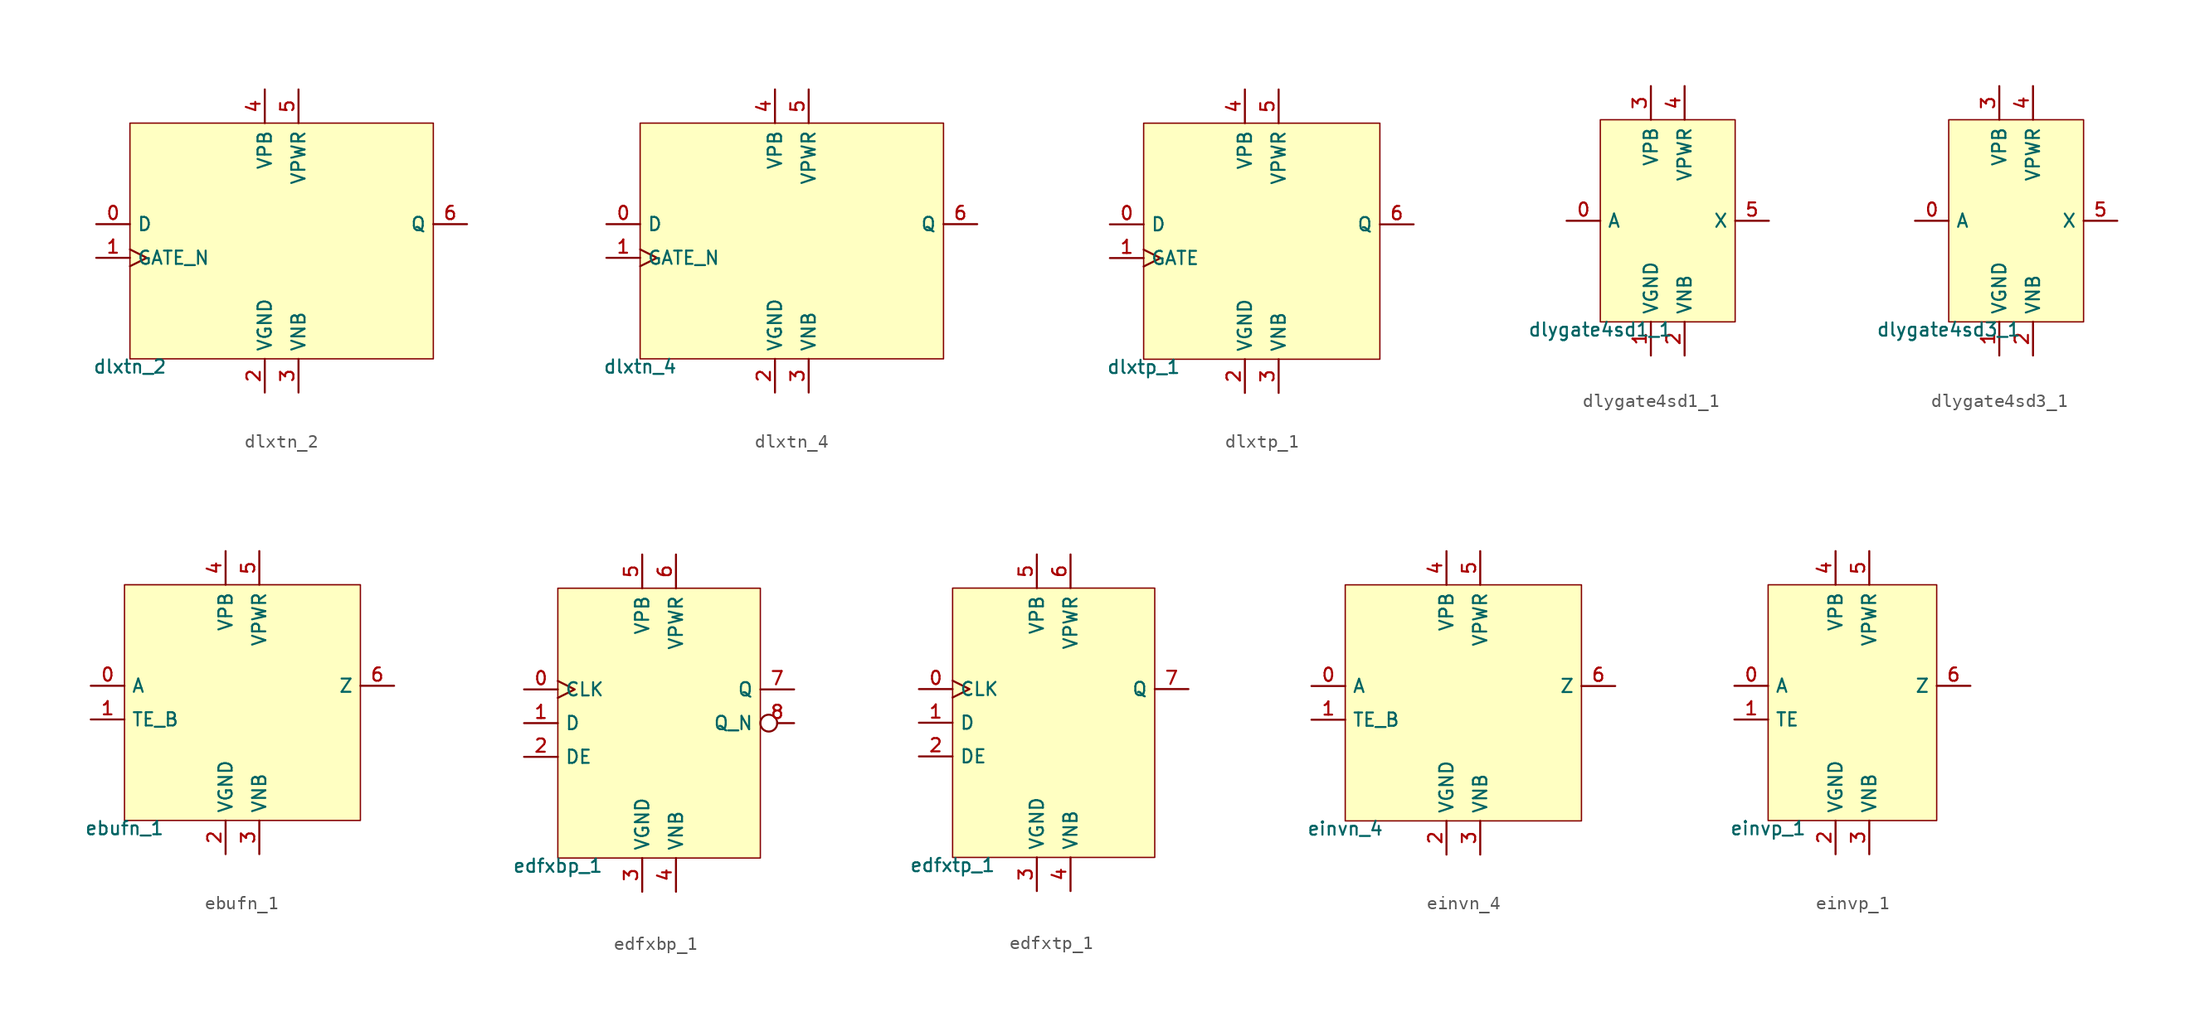
<source format=kicad_sym>
(kicad_symbol_lib
  (version 20211014)
  (generator lef2kicad_sym)
  (symbol "dlxtn_2"
    (property "Reference" "CELL"
      (at 0 0 0)
      (effects (font (size 1 1)) hide))
    (property "Value" "dlxtn_2"
      (at -11.43 -8.89 0)
      (effects (font (size 1 1)) (justify top)))
    (rectangle
      (start -11.43 -8.89)
      (end 11.43 8.89)
      (stroke (width 0.1) (type solid) (color 0 0 0 0))
      (fill (type background)))
    (pin input line
      (at -13.97 1.27 0)
      (length 2.54)
      (name "D" (effects (font (size 1 1)) hide))
      (number "0" (effects (font (size 1 1)) hide)))
    (pin input clock
      (at -13.97 -1.27 0)
      (length 2.54)
      (name "GATE_N" (effects (font (size 1 1)) hide))
      (number "1" (effects (font (size 1 1)) hide)))
    (pin power_in line
      (at -1.27 -11.43 90)
      (length 2.54)
      (name "VGND" (effects (font (size 1 1)) hide))
      (number "2" (effects (font (size 1 1)) hide)))
    (pin power_in line
      (at 1.27 -11.43 90)
      (length 2.54)
      (name "VNB" (effects (font (size 1 1)) hide))
      (number "3" (effects (font (size 1 1)) hide)))
    (pin power_in line
      (at -1.27 11.43 270)
      (length 2.54)
      (name "VPB" (effects (font (size 1 1)) hide))
      (number "4" (effects (font (size 1 1)) hide)))
    (pin power_in line
      (at 1.27 11.43 270)
      (length 2.54)
      (name "VPWR" (effects (font (size 1 1)) hide))
      (number "5" (effects (font (size 1 1)) hide)))
    (pin output line
      (at 13.97 1.27 180)
      (length 2.54)
      (name "Q" (effects (font (size 1 1)) hide))
      (number "6" (effects (font (size 1 1)) hide))))
  (symbol "dlxtn_4"
    (property "Reference" "CELL"
      (at 0 0 0)
      (effects (font (size 1 1)) hide))
    (property "Value" "dlxtn_4"
      (at -11.43 -8.89 0)
      (effects (font (size 1 1)) (justify top)))
    (rectangle
      (start -11.43 -8.89)
      (end 11.43 8.89)
      (stroke (width 0.1) (type solid) (color 0 0 0 0))
      (fill (type background)))
    (pin input line
      (at -13.97 1.27 0)
      (length 2.54)
      (name "D" (effects (font (size 1 1)) hide))
      (number "0" (effects (font (size 1 1)) hide)))
    (pin input clock
      (at -13.97 -1.27 0)
      (length 2.54)
      (name "GATE_N" (effects (font (size 1 1)) hide))
      (number "1" (effects (font (size 1 1)) hide)))
    (pin power_in line
      (at -1.27 -11.43 90)
      (length 2.54)
      (name "VGND" (effects (font (size 1 1)) hide))
      (number "2" (effects (font (size 1 1)) hide)))
    (pin power_in line
      (at 1.27 -11.43 90)
      (length 2.54)
      (name "VNB" (effects (font (size 1 1)) hide))
      (number "3" (effects (font (size 1 1)) hide)))
    (pin power_in line
      (at -1.27 11.43 270)
      (length 2.54)
      (name "VPB" (effects (font (size 1 1)) hide))
      (number "4" (effects (font (size 1 1)) hide)))
    (pin power_in line
      (at 1.27 11.43 270)
      (length 2.54)
      (name "VPWR" (effects (font (size 1 1)) hide))
      (number "5" (effects (font (size 1 1)) hide)))
    (pin output line
      (at 13.97 1.27 180)
      (length 2.54)
      (name "Q" (effects (font (size 1 1)) hide))
      (number "6" (effects (font (size 1 1)) hide))))
  (symbol "dlxtp_1"
    (property "Reference" "CELL"
      (at 0 0 0)
      (effects (font (size 1 1)) hide))
    (property "Value" "dlxtp_1"
      (at -8.89 -8.89 0)
      (effects (font (size 1 1)) (justify top)))
    (rectangle
      (start -8.89 -8.89)
      (end 8.89 8.89)
      (stroke (width 0.1) (type solid) (color 0 0 0 0))
      (fill (type background)))
    (pin input line
      (at -11.43 1.27 0)
      (length 2.54)
      (name "D" (effects (font (size 1 1)) hide))
      (number "0" (effects (font (size 1 1)) hide)))
    (pin input clock
      (at -11.43 -1.27 0)
      (length 2.54)
      (name "GATE" (effects (font (size 1 1)) hide))
      (number "1" (effects (font (size 1 1)) hide)))
    (pin power_in line
      (at -1.27 -11.43 90)
      (length 2.54)
      (name "VGND" (effects (font (size 1 1)) hide))
      (number "2" (effects (font (size 1 1)) hide)))
    (pin power_in line
      (at 1.27 -11.43 90)
      (length 2.54)
      (name "VNB" (effects (font (size 1 1)) hide))
      (number "3" (effects (font (size 1 1)) hide)))
    (pin power_in line
      (at -1.27 11.43 270)
      (length 2.54)
      (name "VPB" (effects (font (size 1 1)) hide))
      (number "4" (effects (font (size 1 1)) hide)))
    (pin power_in line
      (at 1.27 11.43 270)
      (length 2.54)
      (name "VPWR" (effects (font (size 1 1)) hide))
      (number "5" (effects (font (size 1 1)) hide)))
    (pin output line
      (at 11.43 1.27 180)
      (length 2.54)
      (name "Q" (effects (font (size 1 1)) hide))
      (number "6" (effects (font (size 1 1)) hide))))
  (symbol "dlygate4sd1_1"
    (property "Reference" "CELL"
      (at 0 0 0)
      (effects (font (size 1 1)) hide))
    (property "Value" "dlygate4sd1_1"
      (at -5.08 -7.62 0)
      (effects (font (size 1 1)) (justify top)))
    (rectangle
      (start -5.08 -7.62)
      (end 5.08 7.62)
      (stroke (width 0.1) (type solid) (color 0 0 0 0))
      (fill (type background)))
    (pin input line
      (at -7.62 0.0 0)
      (length 2.54)
      (name "A" (effects (font (size 1 1)) hide))
      (number "0" (effects (font (size 1 1)) hide)))
    (pin power_in line
      (at -1.27 -10.16 90)
      (length 2.54)
      (name "VGND" (effects (font (size 1 1)) hide))
      (number "1" (effects (font (size 1 1)) hide)))
    (pin power_in line
      (at 1.27 -10.16 90)
      (length 2.54)
      (name "VNB" (effects (font (size 1 1)) hide))
      (number "2" (effects (font (size 1 1)) hide)))
    (pin power_in line
      (at -1.27 10.16 270)
      (length 2.54)
      (name "VPB" (effects (font (size 1 1)) hide))
      (number "3" (effects (font (size 1 1)) hide)))
    (pin power_in line
      (at 1.27 10.16 270)
      (length 2.54)
      (name "VPWR" (effects (font (size 1 1)) hide))
      (number "4" (effects (font (size 1 1)) hide)))
    (pin output line
      (at 7.62 0.0 180)
      (length 2.54)
      (name "X" (effects (font (size 1 1)) hide))
      (number "5" (effects (font (size 1 1)) hide))))
  (symbol "dlygate4sd3_1"
    (property "Reference" "CELL"
      (at 0 0 0)
      (effects (font (size 1 1)) hide))
    (property "Value" "dlygate4sd3_1"
      (at -5.08 -7.62 0)
      (effects (font (size 1 1)) (justify top)))
    (rectangle
      (start -5.08 -7.62)
      (end 5.08 7.62)
      (stroke (width 0.1) (type solid) (color 0 0 0 0))
      (fill (type background)))
    (pin input line
      (at -7.62 0.0 0)
      (length 2.54)
      (name "A" (effects (font (size 1 1)) hide))
      (number "0" (effects (font (size 1 1)) hide)))
    (pin power_in line
      (at -1.27 -10.16 90)
      (length 2.54)
      (name "VGND" (effects (font (size 1 1)) hide))
      (number "1" (effects (font (size 1 1)) hide)))
    (pin power_in line
      (at 1.27 -10.16 90)
      (length 2.54)
      (name "VNB" (effects (font (size 1 1)) hide))
      (number "2" (effects (font (size 1 1)) hide)))
    (pin power_in line
      (at -1.27 10.16 270)
      (length 2.54)
      (name "VPB" (effects (font (size 1 1)) hide))
      (number "3" (effects (font (size 1 1)) hide)))
    (pin power_in line
      (at 1.27 10.16 270)
      (length 2.54)
      (name "VPWR" (effects (font (size 1 1)) hide))
      (number "4" (effects (font (size 1 1)) hide)))
    (pin output line
      (at 7.62 0.0 180)
      (length 2.54)
      (name "X" (effects (font (size 1 1)) hide))
      (number "5" (effects (font (size 1 1)) hide))))
  (symbol "ebufn_1"
    (property "Reference" "CELL"
      (at 0 0 0)
      (effects (font (size 1 1)) hide))
    (property "Value" "ebufn_1"
      (at -8.89 -8.89 0)
      (effects (font (size 1 1)) (justify top)))
    (rectangle
      (start -8.89 -8.89)
      (end 8.89 8.89)
      (stroke (width 0.1) (type solid) (color 0 0 0 0))
      (fill (type background)))
    (pin input line
      (at -11.43 1.27 0)
      (length 2.54)
      (name "A" (effects (font (size 1 1)) hide))
      (number "0" (effects (font (size 1 1)) hide)))
    (pin input line
      (at -11.43 -1.27 0)
      (length 2.54)
      (name "TE_B" (effects (font (size 1 1)) hide))
      (number "1" (effects (font (size 1 1)) hide)))
    (pin power_in line
      (at -1.27 -11.43 90)
      (length 2.54)
      (name "VGND" (effects (font (size 1 1)) hide))
      (number "2" (effects (font (size 1 1)) hide)))
    (pin power_in line
      (at 1.27 -11.43 90)
      (length 2.54)
      (name "VNB" (effects (font (size 1 1)) hide))
      (number "3" (effects (font (size 1 1)) hide)))
    (pin power_in line
      (at -1.27 11.43 270)
      (length 2.54)
      (name "VPB" (effects (font (size 1 1)) hide))
      (number "4" (effects (font (size 1 1)) hide)))
    (pin power_in line
      (at 1.27 11.43 270)
      (length 2.54)
      (name "VPWR" (effects (font (size 1 1)) hide))
      (number "5" (effects (font (size 1 1)) hide)))
    (pin output line
      (at 11.43 1.27 180)
      (length 2.54)
      (name "Z" (effects (font (size 1 1)) hide))
      (number "6" (effects (font (size 1 1)) hide))))
  (symbol "edfxbp_1"
    (property "Reference" "CELL"
      (at 0 0 0)
      (effects (font (size 1 1)) hide))
    (property "Value" "edfxbp_1"
      (at -7.62 -10.16 0)
      (effects (font (size 1 1)) (justify top)))
    (rectangle
      (start -7.62 -10.16)
      (end 7.62 10.16)
      (stroke (width 0.1) (type solid) (color 0 0 0 0))
      (fill (type background)))
    (pin input clock
      (at -10.16 2.54 0)
      (length 2.54)
      (name "CLK" (effects (font (size 1 1)) hide))
      (number "0" (effects (font (size 1 1)) hide)))
    (pin input line
      (at -10.16 0.0 0)
      (length 2.54)
      (name "D" (effects (font (size 1 1)) hide))
      (number "1" (effects (font (size 1 1)) hide)))
    (pin input line
      (at -10.16 -2.54 0)
      (length 2.54)
      (name "DE" (effects (font (size 1 1)) hide))
      (number "2" (effects (font (size 1 1)) hide)))
    (pin power_in line
      (at -1.27 -12.7 90)
      (length 2.54)
      (name "VGND" (effects (font (size 1 1)) hide))
      (number "3" (effects (font (size 1 1)) hide)))
    (pin power_in line
      (at 1.27 -12.7 90)
      (length 2.54)
      (name "VNB" (effects (font (size 1 1)) hide))
      (number "4" (effects (font (size 1 1)) hide)))
    (pin power_in line
      (at -1.27 12.7 270)
      (length 2.54)
      (name "VPB" (effects (font (size 1 1)) hide))
      (number "5" (effects (font (size 1 1)) hide)))
    (pin power_in line
      (at 1.27 12.7 270)
      (length 2.54)
      (name "VPWR" (effects (font (size 1 1)) hide))
      (number "6" (effects (font (size 1 1)) hide)))
    (pin output line
      (at 10.16 2.54 180)
      (length 2.54)
      (name "Q" (effects (font (size 1 1)) hide))
      (number "7" (effects (font (size 1 1)) hide)))
    (pin output inverted
      (at 10.16 0.0 180)
      (length 2.54)
      (name "Q_N" (effects (font (size 1 1)) hide))
      (number "8" (effects (font (size 1 1)) hide))))
  (symbol "edfxtp_1"
    (property "Reference" "CELL"
      (at 0 0 0)
      (effects (font (size 1 1)) hide))
    (property "Value" "edfxtp_1"
      (at -7.62 -10.16 0)
      (effects (font (size 1 1)) (justify top)))
    (rectangle
      (start -7.62 -10.16)
      (end 7.62 10.16)
      (stroke (width 0.1) (type solid) (color 0 0 0 0))
      (fill (type background)))
    (pin input clock
      (at -10.16 2.54 0)
      (length 2.54)
      (name "CLK" (effects (font (size 1 1)) hide))
      (number "0" (effects (font (size 1 1)) hide)))
    (pin input line
      (at -10.16 0.0 0)
      (length 2.54)
      (name "D" (effects (font (size 1 1)) hide))
      (number "1" (effects (font (size 1 1)) hide)))
    (pin input line
      (at -10.16 -2.54 0)
      (length 2.54)
      (name "DE" (effects (font (size 1 1)) hide))
      (number "2" (effects (font (size 1 1)) hide)))
    (pin power_in line
      (at -1.27 -12.7 90)
      (length 2.54)
      (name "VGND" (effects (font (size 1 1)) hide))
      (number "3" (effects (font (size 1 1)) hide)))
    (pin power_in line
      (at 1.27 -12.7 90)
      (length 2.54)
      (name "VNB" (effects (font (size 1 1)) hide))
      (number "4" (effects (font (size 1 1)) hide)))
    (pin power_in line
      (at -1.27 12.7 270)
      (length 2.54)
      (name "VPB" (effects (font (size 1 1)) hide))
      (number "5" (effects (font (size 1 1)) hide)))
    (pin power_in line
      (at 1.27 12.7 270)
      (length 2.54)
      (name "VPWR" (effects (font (size 1 1)) hide))
      (number "6" (effects (font (size 1 1)) hide)))
    (pin output line
      (at 10.16 2.54 180)
      (length 2.54)
      (name "Q" (effects (font (size 1 1)) hide))
      (number "7" (effects (font (size 1 1)) hide))))
  (symbol "einvn_4"
    (property "Reference" "CELL"
      (at 0 0 0)
      (effects (font (size 1 1)) hide))
    (property "Value" "einvn_4"
      (at -8.89 -8.89 0)
      (effects (font (size 1 1)) (justify top)))
    (rectangle
      (start -8.89 -8.89)
      (end 8.89 8.89)
      (stroke (width 0.1) (type solid) (color 0 0 0 0))
      (fill (type background)))
    (pin input line
      (at -11.43 1.27 0)
      (length 2.54)
      (name "A" (effects (font (size 1 1)) hide))
      (number "0" (effects (font (size 1 1)) hide)))
    (pin input line
      (at -11.43 -1.27 0)
      (length 2.54)
      (name "TE_B" (effects (font (size 1 1)) hide))
      (number "1" (effects (font (size 1 1)) hide)))
    (pin power_in line
      (at -1.27 -11.43 90)
      (length 2.54)
      (name "VGND" (effects (font (size 1 1)) hide))
      (number "2" (effects (font (size 1 1)) hide)))
    (pin power_in line
      (at 1.27 -11.43 90)
      (length 2.54)
      (name "VNB" (effects (font (size 1 1)) hide))
      (number "3" (effects (font (size 1 1)) hide)))
    (pin power_in line
      (at -1.27 11.43 270)
      (length 2.54)
      (name "VPB" (effects (font (size 1 1)) hide))
      (number "4" (effects (font (size 1 1)) hide)))
    (pin power_in line
      (at 1.27 11.43 270)
      (length 2.54)
      (name "VPWR" (effects (font (size 1 1)) hide))
      (number "5" (effects (font (size 1 1)) hide)))
    (pin output line
      (at 11.43 1.27 180)
      (length 2.54)
      (name "Z" (effects (font (size 1 1)) hide))
      (number "6" (effects (font (size 1 1)) hide))))
  (symbol "einvp_1"
    (property "Reference" "CELL"
      (at 0 0 0)
      (effects (font (size 1 1)) hide))
    (property "Value" "einvp_1"
      (at -6.35 -8.89 0)
      (effects (font (size 1 1)) (justify top)))
    (rectangle
      (start -6.35 -8.89)
      (end 6.35 8.89)
      (stroke (width 0.1) (type solid) (color 0 0 0 0))
      (fill (type background)))
    (pin input line
      (at -8.89 1.27 0)
      (length 2.54)
      (name "A" (effects (font (size 1 1)) hide))
      (number "0" (effects (font (size 1 1)) hide)))
    (pin input line
      (at -8.89 -1.27 0)
      (length 2.54)
      (name "TE" (effects (font (size 1 1)) hide))
      (number "1" (effects (font (size 1 1)) hide)))
    (pin power_in line
      (at -1.27 -11.43 90)
      (length 2.54)
      (name "VGND" (effects (font (size 1 1)) hide))
      (number "2" (effects (font (size 1 1)) hide)))
    (pin power_in line
      (at 1.27 -11.43 90)
      (length 2.54)
      (name "VNB" (effects (font (size 1 1)) hide))
      (number "3" (effects (font (size 1 1)) hide)))
    (pin power_in line
      (at -1.27 11.43 270)
      (length 2.54)
      (name "VPB" (effects (font (size 1 1)) hide))
      (number "4" (effects (font (size 1 1)) hide)))
    (pin power_in line
      (at 1.27 11.43 270)
      (length 2.54)
      (name "VPWR" (effects (font (size 1 1)) hide))
      (number "5" (effects (font (size 1 1)) hide)))
    (pin output line
      (at 8.89 1.27 180)
      (length 2.54)
      (name "Z" (effects (font (size 1 1)) hide))
      (number "6" (effects (font (size 1 1)) hide)))))
</source>
